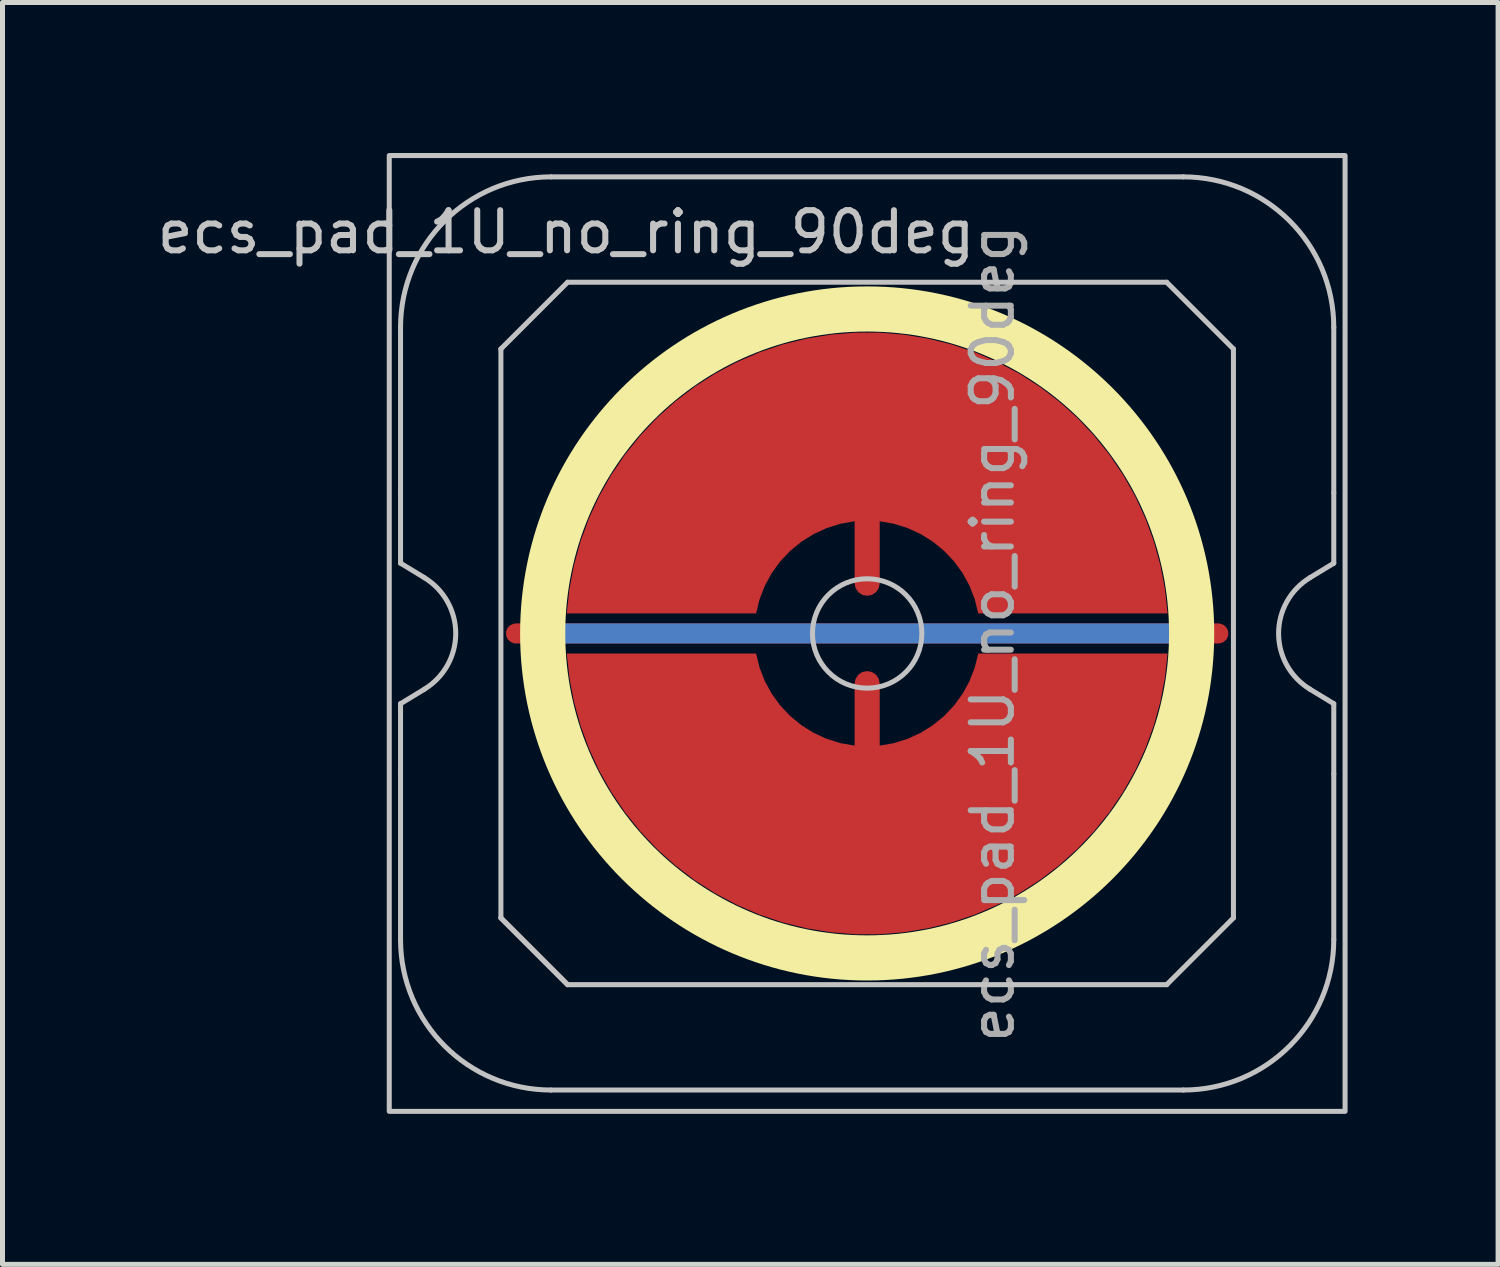
<source format=kicad_pcb>
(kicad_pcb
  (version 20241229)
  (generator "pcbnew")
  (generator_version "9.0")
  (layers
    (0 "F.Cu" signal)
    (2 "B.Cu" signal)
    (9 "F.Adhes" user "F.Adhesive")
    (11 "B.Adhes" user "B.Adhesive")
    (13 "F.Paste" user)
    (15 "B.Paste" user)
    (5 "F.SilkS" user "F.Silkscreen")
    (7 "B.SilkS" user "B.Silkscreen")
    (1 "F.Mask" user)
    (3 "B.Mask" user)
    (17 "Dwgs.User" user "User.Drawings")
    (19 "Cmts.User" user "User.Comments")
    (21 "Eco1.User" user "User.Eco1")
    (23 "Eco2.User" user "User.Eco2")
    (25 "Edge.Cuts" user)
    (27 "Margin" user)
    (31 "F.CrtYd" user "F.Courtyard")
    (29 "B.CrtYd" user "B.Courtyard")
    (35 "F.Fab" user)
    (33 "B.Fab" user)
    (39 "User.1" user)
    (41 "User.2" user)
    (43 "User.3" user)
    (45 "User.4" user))
  (footprint "ecs_pad_1U_no_ring_90deg"
    (layer "F.Cu")
    (at 14.233 9.575)
    (property "Reference" "ecs_pad_1U_no_ring_90deg" (at -6 -8 0) (layer "Dwgs.User") (effects (font (size 0.8 0.8) (thickness 0.12))))
    (attr smd)
    (fp_circle (center 0 0) (end 0 6.467) (stroke (width 0.9) (type solid)) (fill no) (layer "F.SilkS"))
    (fp_line (start -9.3 -2.805) (end -9.3 -6.1) (stroke (width 0.1) (type solid)) (layer "Dwgs.User"))
    (fp_line (start -9.3 -1.4) (end -9.3 -2.805) (stroke (width 0.1) (type solid)) (layer "Dwgs.User"))
    (fp_line (start -9.3 1.4) (end -8.824 1.111) (stroke (width 0.1) (type solid)) (layer "Dwgs.User"))
    (fp_line (start -9.3 2.805) (end -9.3 1.4) (stroke (width 0.1) (type solid)) (layer "Dwgs.User"))
    (fp_line (start -9.3 6.1) (end -9.3 2.805) (stroke (width 0.1) (type solid)) (layer "Dwgs.User"))
    (fp_line (start -8.824 -1.111) (end -9.3 -1.4) (stroke (width 0.1) (type solid)) (layer "Dwgs.User"))
    (fp_line (start -7.3 -5.67) (end -5.97 -7) (stroke (width 0.1) (type solid)) (layer "Dwgs.User"))
    (fp_line (start -7.3 5.67) (end -7.3 -5.67) (stroke (width 0.1) (type solid)) (layer "Dwgs.User"))
    (fp_line (start -7.3 5.67) (end -5.97 7) (stroke (width 0.1) (type solid)) (layer "Dwgs.User"))
    (fp_line (start -6.3 -9.1) (end 6.3 -9.1) (stroke (width 0.1) (type solid)) (layer "Dwgs.User"))
    (fp_line (start -5.97 -7) (end 5.97 -7) (stroke (width 0.1) (type solid)) (layer "Dwgs.User"))
    (fp_line (start -5.97 7) (end -7.3 5.67) (stroke (width 0.1) (type solid)) (layer "Dwgs.User"))
    (fp_line (start 5.97 -7) (end 7.3 -5.67) (stroke (width 0.1) (type solid)) (layer "Dwgs.User"))
    (fp_line (start 5.97 7) (end -5.97 7) (stroke (width 0.1) (type solid)) (layer "Dwgs.User"))
    (fp_line (start 6.3 9.1) (end -6.3 9.1) (stroke (width 0.1) (type solid)) (layer "Dwgs.User"))
    (fp_line (start 7.3 -5.67) (end 7.3 5.67) (stroke (width 0.1) (type solid)) (layer "Dwgs.User"))
    (fp_line (start 7.3 5.67) (end 5.97 7) (stroke (width 0.1) (type solid)) (layer "Dwgs.User"))
    (fp_line (start 8.824 1.111) (end 9.3 1.4) (stroke (width 0.1) (type solid)) (layer "Dwgs.User"))
    (fp_line (start 9.3 -6.1) (end 9.3 -2.805) (stroke (width 0.1) (type solid)) (layer "Dwgs.User"))
    (fp_line (start 9.3 -2.805) (end 9.3 -1.4) (stroke (width 0.1) (type solid)) (layer "Dwgs.User"))
    (fp_line (start 9.3 -1.4) (end 8.824 -1.111) (stroke (width 0.1) (type solid)) (layer "Dwgs.User"))
    (fp_line (start 9.3 1.4) (end 9.3 2.805) (stroke (width 0.1) (type solid)) (layer "Dwgs.User"))
    (fp_line (start 9.3 2.805) (end 9.3 6.1) (stroke (width 0.1) (type solid)) (layer "Dwgs.User"))
    (fp_rect (start -9.525 -9.525) (end 9.525 9.525) (stroke (width 0.1) (type default)) (fill no) (layer "Dwgs.User"))
    (fp_arc (start -9.3 -6.1) (mid -8.42132 -8.22132) (end -6.3 -9.1) (stroke (width 0.1) (type solid)) (layer "Dwgs.User"))
    (fp_arc (start -8.824333 -1.110619) (mid -8.2 0) (end -8.824333 1.110619) (stroke (width 0.1) (type solid)) (layer "Dwgs.User"))
    (fp_arc (start -6.3 9.1) (mid -8.42132 8.22132) (end -9.3 6.1) (stroke (width 0.1) (type solid)) (layer "Dwgs.User"))
    (fp_arc (start 6.3 -9.1) (mid 8.42132 -8.22132) (end 9.3 -6.1) (stroke (width 0.1) (type solid)) (layer "Dwgs.User"))
    (fp_arc (start 8.824333 1.110619) (mid 8.2 0) (end 8.824333 -1.110619) (stroke (width 0.1) (type solid)) (layer "Dwgs.User"))
    (fp_arc (start 9.3 6.1) (mid 8.42132 8.22132) (end 6.3 9.1) (stroke (width 0.1) (type solid)) (layer "Dwgs.User"))
    (fp_circle (center 0 0) (end 1.09 0) (stroke (width 0.1) (type default)) (fill no) (layer "Dwgs.User"))
    (fp_text user "${REFERENCE}" (at 2.5 0 270) (layer "F.Fab") (effects (font (size 0.8 0.8) (thickness 0.12))))
    (pad "1" smd custom (at 0 -1 270) (size 0.4 0.4) (layers "F.Cu") (options (anchor circle)) (primitives (gr_poly (pts (xy 0.6 -2.214) (xy 0.32 -2.145) (xy 0.052 -2.041) (xy -0.201 -1.903) (xy -0.434 -1.734) (xy -0.644 -1.536) (xy -0.826 -1.314) (xy -0.979 -1.07) (xy -1.1 -0.808) (xy -1.186 -0.534) (xy -1.236 -0.25) (xy 0 -0.25) (xy 0.096 -0.231) (xy 0.177 -0.177) (xy 0.231 -0.096) (xy 0.25 0) (xy 0.231 0.096) (xy 0.177 0.177) (xy 0.096 0.231) (xy 0 0.25) (xy -1.236 0.25) (xy -1.186 0.534) (xy -1.1 0.808) (xy -0.979 1.07) (xy -0.826 1.314) (xy -0.644 1.536) (xy -0.434 1.734) (xy -0.201 1.903) (xy 0.052 2.041) (xy 0.32 2.145) (xy 0.6 2.214) (xy 0.6 5.987) (xy 0.115 5.934) (xy -0.364 5.843) (xy -0.834 5.713) (xy -1.292 5.545) (xy -1.735 5.341) (xy -2.159 5.101) (xy -2.563 4.827) (xy -2.943 4.522) (xy -3.298 4.187) (xy -3.623 3.824) (xy -3.919 3.436) (xy -4.182 3.025) (xy -4.41 2.594) (xy -4.603 2.147) (xy -4.759 1.684) (xy -4.876 1.211) (xy -4.955 0.73) (xy -4.995 0.244) (xy -4.995 -0.244) (xy -4.955 -0.73) (xy -4.876 -1.211) (xy -4.759 -1.684) (xy -4.603 -2.147) (xy -4.41 -2.594) (xy -4.182 -3.025) (xy -3.919 -3.436) (xy -3.623 -3.824) (xy -3.298 -4.187) (xy -2.943 -4.522) (xy -2.563 -4.827) (xy -2.159 -5.101) (xy -1.735 -5.341) (xy -1.292 -5.545) (xy -0.834 -5.713) (xy -0.364 -5.843) (xy 0.115 -5.934) (xy 0.6 -5.987)) (width 0) (fill yes))))
    (pad "2" smd custom (at 0 1 90) (size 0.4 0.4) (layers "F.Cu") (options (anchor circle)) (primitives (gr_poly (pts (xy 0.6 -2.214) (xy 0.32 -2.145) (xy 0.052 -2.041) (xy -0.201 -1.903) (xy -0.434 -1.734) (xy -0.644 -1.536) (xy -0.826 -1.314) (xy -0.979 -1.07) (xy -1.1 -0.808) (xy -1.186 -0.534) (xy -1.236 -0.25) (xy 0 -0.25) (xy 0.096 -0.231) (xy 0.177 -0.177) (xy 0.231 -0.096) (xy 0.25 0) (xy 0.231 0.096) (xy 0.177 0.177) (xy 0.096 0.231) (xy 0 0.25) (xy -1.236 0.25) (xy -1.186 0.534) (xy -1.1 0.808) (xy -0.979 1.07) (xy -0.826 1.314) (xy -0.644 1.536) (xy -0.434 1.734) (xy -0.201 1.903) (xy 0.052 2.041) (xy 0.32 2.145) (xy 0.6 2.214) (xy 0.6 5.987) (xy 0.115 5.934) (xy -0.364 5.843) (xy -0.834 5.713) (xy -1.292 5.545) (xy -1.735 5.341) (xy -2.159 5.101) (xy -2.563 4.827) (xy -2.943 4.522) (xy -3.298 4.187) (xy -3.623 3.824) (xy -3.919 3.436) (xy -4.182 3.025) (xy -4.41 2.594) (xy -4.603 2.147) (xy -4.759 1.684) (xy -4.876 1.211) (xy -4.955 0.73) (xy -4.995 0.244) (xy -4.995 -0.244) (xy -4.955 -0.73) (xy -4.876 -1.211) (xy -4.759 -1.684) (xy -4.603 -2.147) (xy -4.41 -2.594) (xy -4.182 -3.025) (xy -3.919 -3.436) (xy -3.623 -3.824) (xy -3.298 -4.187) (xy -2.943 -4.522) (xy -2.563 -4.827) (xy -2.159 -5.101) (xy -1.735 -5.341) (xy -1.292 -5.545) (xy -0.834 -5.713) (xy -0.364 -5.843) (xy 0.115 -5.934) (xy 0.6 -5.987)) (width 0) (fill yes))))
    (pad "3" smd custom (at 0 0 270) (size 0.4 0.4) (layers "F.Cu") (options (anchor rect)) (primitives (gr_line (start 0 -7) (end 0 7) (width 0.4))))
    (pad "3" smd custom (at 0 0 270) (size 0.4 0.4) (layers "B.Cu") (options (anchor rect)) (primitives (gr_line (start 0 -6.5) (end 0 6.5) (width 0.4))))
    (zone (net_name "") (layer "F.Cu") (hatch edge 0.508) (connect_pads) (min_thickness 0.254) (filled_areas_thickness no) (keepout (tracks allowed) (vias allowed) (pads allowed) (copperpour not_allowed) (footprints allowed)) (placement (enabled no)) (fill) (polygon (pts (xy 21.238 9.575) (xy 21.219 9.062) (xy 21.163 8.552) (xy 21.07 8.047) (xy 20.939 7.55) (xy 20.773 7.065) (xy 20.572 6.592) (xy 20.336 6.136) (xy 20.068 5.699) (xy 19.768 5.282) (xy 19.439 4.888) (xy 19.082 4.519) (xy 18.698 4.178) (xy 18.291 3.865) (xy 17.862 3.583) (xy 17.413 3.334) (xy 16.948 3.117) (xy 16.468 2.936) (xy 15.975 2.79) (xy 15.474 2.681) (xy 14.966 2.608) (xy 14.453 2.574) (xy 13.94 2.576) (xy 13.428 2.617) (xy 12.921 2.694) (xy 12.42 2.809) (xy 11.93 2.96) (xy 11.451 3.146) (xy 10.988 3.367) (xy 10.542 3.622) (xy 10.116 3.908) (xy 9.712 4.225) (xy 9.332 4.57) (xy 8.979 4.943) (xy 8.654 5.34) (xy 8.359 5.76) (xy 8.095 6.2) (xy 7.864 6.659) (xy 7.668 7.133) (xy 7.507 7.621) (xy 7.382 8.119) (xy 7.293 8.624) (xy 7.242 9.135) (xy 7.229 9.648) (xy 7.253 10.161) (xy 7.315 10.671) (xy 7.414 11.175) (xy 7.549 11.67) (xy 7.72 12.154) (xy 7.927 12.624) (xy 8.167 13.077) (xy 8.44 13.512) (xy 8.744 13.926) (xy 9.077 14.316) (xy 9.438 14.681) (xy 9.825 15.019) (xy 10.236 15.327) (xy 10.668 15.604) (xy 11.119 15.849) (xy 11.587 16.061) (xy 12.069 16.237) (xy 12.562 16.378) (xy 13.065 16.482) (xy 13.574 16.549) (xy 14.087 16.578) (xy 14.6 16.57) (xy 15.111 16.525) (xy 15.618 16.442) (xy 16.117 16.322) (xy 16.606 16.166) (xy 17.082 15.974) (xy 17.544 15.748) (xy 17.987 15.489) (xy 18.41 15.199) (xy 18.81 14.878) (xy 19.187 14.528) (xy 19.536 14.152) (xy 19.857 13.751) (xy 20.148 13.328) (xy 20.407 12.885) (xy 20.633 12.424) (xy 20.824 11.948) (xy 20.98 11.459) (xy 21.1 10.96) (xy 21.183 10.453) (xy 21.229 9.942))))
    (zone (net_name "") (layer "B.Cu") (hatch edge 0.508) (connect_pads) (min_thickness 0.254) (filled_areas_thickness no) (keepout (tracks allowed) (vias allowed) (pads allowed) (copperpour not_allowed) (footprints allowed)) (placement (enabled no)) (fill) (polygon (pts (xy 20.792 9.575) (xy 20.771 9.06) (xy 20.711 8.549) (xy 20.61 8.044) (xy 20.471 7.548) (xy 20.292 7.065) (xy 20.077 6.598) (xy 19.825 6.148) (xy 19.539 5.72) (xy 19.22 5.316) (xy 18.871 4.938) (xy 18.493 4.588) (xy 18.088 4.269) (xy 17.66 3.983) (xy 17.211 3.732) (xy 16.743 3.516) (xy 16.26 3.338) (xy 15.764 3.198) (xy 15.259 3.097) (xy 14.748 3.037) (xy 14.233 3.017) (xy 13.719 3.037) (xy 13.207 3.097) (xy 12.702 3.198) (xy 12.207 3.338) (xy 11.724 3.516) (xy 11.256 3.732) (xy 10.807 3.983) (xy 10.378 4.269) (xy 9.974 4.588) (xy 9.596 4.938) (xy 9.246 5.316) (xy 8.928 5.72) (xy 8.642 6.148) (xy 8.39 6.598) (xy 8.174 7.065) (xy 7.996 7.548) (xy 7.856 8.044) (xy 7.756 8.549) (xy 7.695 9.06) (xy 7.675 9.575) (xy 7.695 10.09) (xy 7.756 10.601) (xy 7.856 11.106) (xy 7.996 11.602) (xy 8.174 12.085) (xy 8.39 12.552) (xy 8.642 13.002) (xy 8.928 13.43) (xy 9.246 13.834) (xy 9.596 14.212) (xy 9.974 14.562) (xy 10.378 14.881) (xy 10.807 15.167) (xy 11.256 15.418) (xy 11.724 15.634) (xy 12.207 15.812) (xy 12.702 15.952) (xy 13.207 16.053) (xy 13.719 16.113) (xy 14.233 16.133) (xy 14.748 16.113) (xy 15.259 16.053) (xy 15.764 15.952) (xy 16.26 15.812) (xy 16.743 15.634) (xy 17.211 15.418) (xy 17.66 15.167) (xy 18.088 14.881) (xy 18.493 14.562) (xy 18.871 14.212) (xy 19.22 13.834) (xy 19.539 13.43) (xy 19.825 13.002) (xy 20.077 12.552) (xy 20.292 12.085) (xy 20.471 11.602) (xy 20.61 11.106) (xy 20.711 10.601) (xy 20.771 10.09)))))
  (gr_rect
    (start -3 -3)
    (end 26.808 22.15)
    (stroke (width 0.1) (type default))
    (fill no)
    (layer "Edge.Cuts")))
</source>
